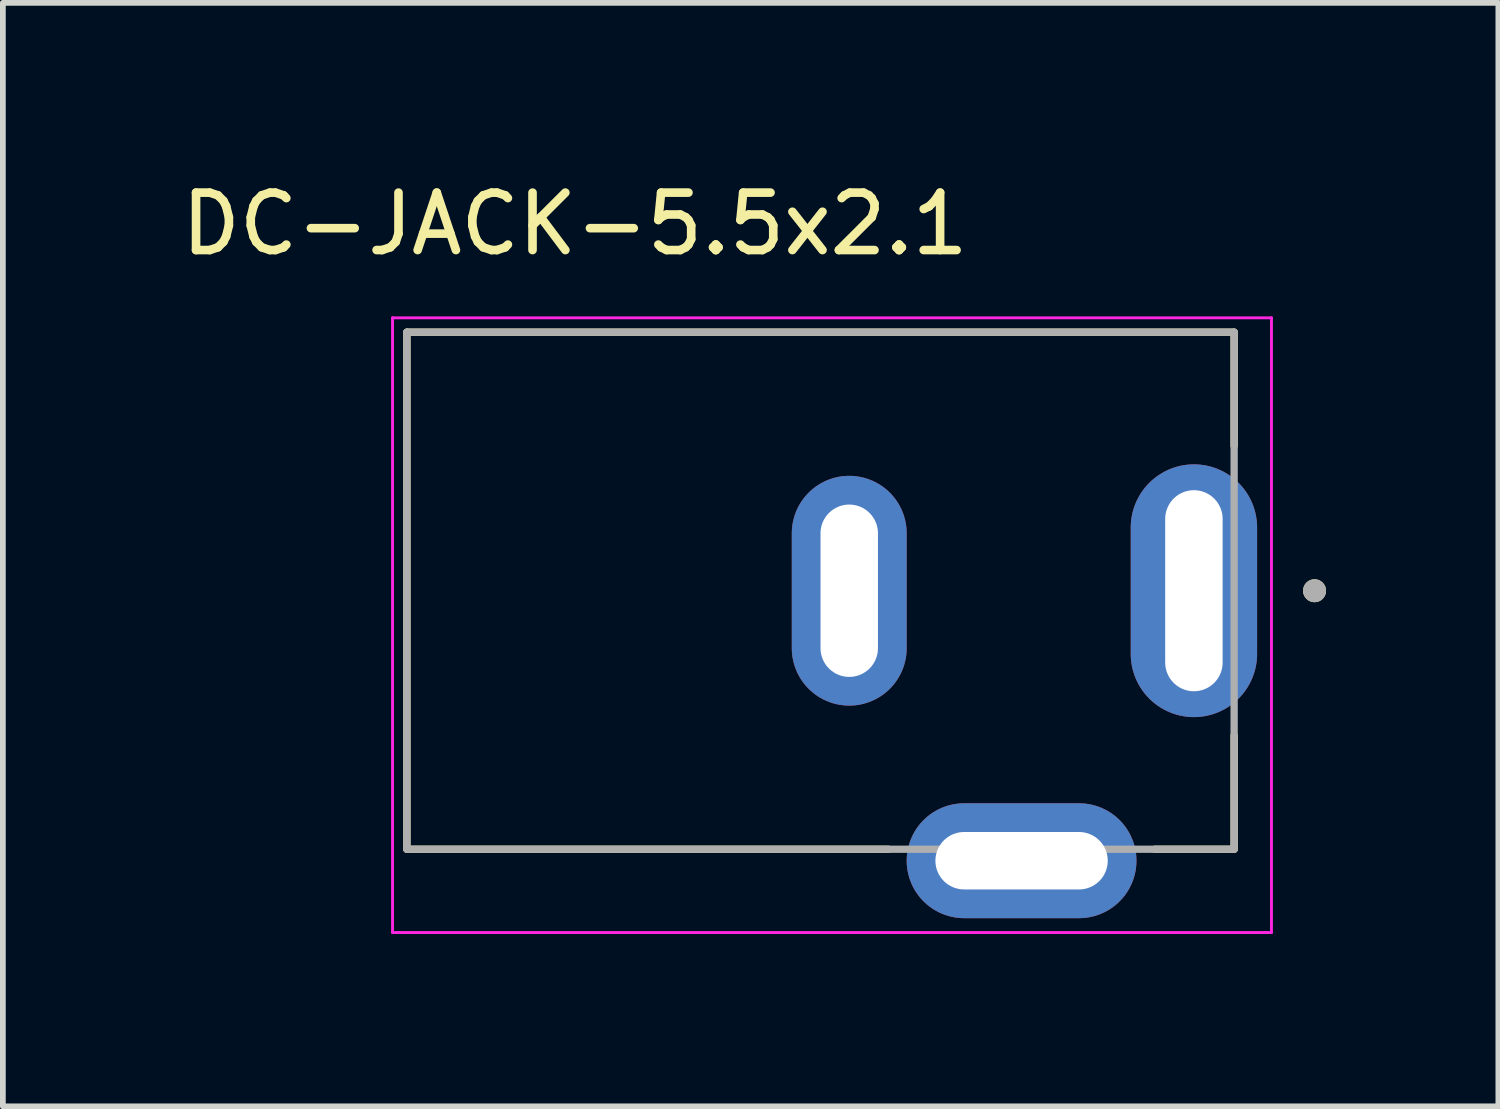
<source format=kicad_pcb>
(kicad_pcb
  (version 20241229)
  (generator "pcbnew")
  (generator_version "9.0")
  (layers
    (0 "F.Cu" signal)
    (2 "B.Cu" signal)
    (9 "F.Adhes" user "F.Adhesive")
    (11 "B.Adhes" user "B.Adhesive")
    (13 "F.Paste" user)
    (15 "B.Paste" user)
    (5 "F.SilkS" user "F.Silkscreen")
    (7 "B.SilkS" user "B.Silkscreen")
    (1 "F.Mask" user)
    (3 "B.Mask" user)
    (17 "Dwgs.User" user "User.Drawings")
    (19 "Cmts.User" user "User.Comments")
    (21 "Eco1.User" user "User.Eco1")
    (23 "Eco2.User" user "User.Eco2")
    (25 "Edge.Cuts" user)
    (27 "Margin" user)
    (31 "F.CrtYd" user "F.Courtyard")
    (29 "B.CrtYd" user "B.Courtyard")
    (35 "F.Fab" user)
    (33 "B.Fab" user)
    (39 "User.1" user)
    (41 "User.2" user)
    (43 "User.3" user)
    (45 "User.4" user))
  (footprint "DC-JACK-5.5x2.1"
    (layer "F.Cu")
    (at 11.733 7.233)
    (property "Reference" "DC-JACK-5.5x2.1" (at -4.775 -6.385 0) (layer "F.SilkS") (effects (font (size 1 1) (thickness 0.15))))
    (attr through_hole)
    (fp_line (start -7.7 -4.5) (end 6.7 -4.5) (stroke (width 0.127) (type solid)) (layer "F.SilkS"))
    (fp_line (start -7.7 4.5) (end -7.7 -4.5) (stroke (width 0.127) (type solid)) (layer "F.SilkS"))
    (fp_line (start 0.68 4.5) (end -7.7 4.5) (stroke (width 0.127) (type solid)) (layer "F.SilkS"))
    (fp_line (start 6.7 -4.5) (end 6.7 -2.52) (stroke (width 0.127) (type solid)) (layer "F.SilkS"))
    (fp_line (start 6.7 4.5) (end 5.32 4.5) (stroke (width 0.127) (type solid)) (layer "F.SilkS"))
    (fp_line (start 6.7 4.5) (end 6.7 2.52) (stroke (width 0.127) (type solid)) (layer "F.SilkS"))
    (fp_circle (center 8.1 0) (end 8.2 0) (stroke (width 0.2) (type solid)) (fill no) (layer "F.SilkS"))
    (fp_line (start -7.95 -4.75) (end -7.95 5.95) (stroke (width 0.05) (type solid)) (layer "F.CrtYd"))
    (fp_line (start -7.95 5.95) (end 7.35 5.95) (stroke (width 0.05) (type solid)) (layer "F.CrtYd"))
    (fp_line (start 7.35 -4.75) (end -7.95 -4.75) (stroke (width 0.05) (type solid)) (layer "F.CrtYd"))
    (fp_line (start 7.35 5.95) (end 7.35 -4.75) (stroke (width 0.05) (type solid)) (layer "F.CrtYd"))
    (fp_line (start -7.7 -4.5) (end 6.7 -4.5) (stroke (width 0.127) (type solid)) (layer "F.Fab"))
    (fp_line (start -7.7 4.5) (end -7.7 -4.5) (stroke (width 0.127) (type solid)) (layer "F.Fab"))
    (fp_line (start 6.7 -4.5) (end 6.7 4.5) (stroke (width 0.127) (type solid)) (layer "F.Fab"))
    (fp_line (start 6.7 4.5) (end -7.7 4.5) (stroke (width 0.127) (type solid)) (layer "F.Fab"))
    (fp_circle (center 8.1 0) (end 8.2 0) (stroke (width 0.2) (type solid)) (fill no) (layer "F.Fab"))
    (pad "1" thru_hole oval (at 6 0) (size 2.2 4.4) (drill oval 1 3.5) (layers "*.Cu" "*.Mask"))
    (pad "2" thru_hole oval (at 0 0) (size 2 4) (drill oval 1 3) (layers "*.Cu" "*.Mask"))
    (pad "3" thru_hole oval (at 3 4.7) (size 4 2) (drill oval 3 1) (layers "*.Cu" "*.Mask")))
  (gr_rect
    (start -3 -3)
    (end 23.033 16.208)
    (stroke (width 0.1) (type default))
    (fill no)
    (layer "Edge.Cuts")))
</source>
